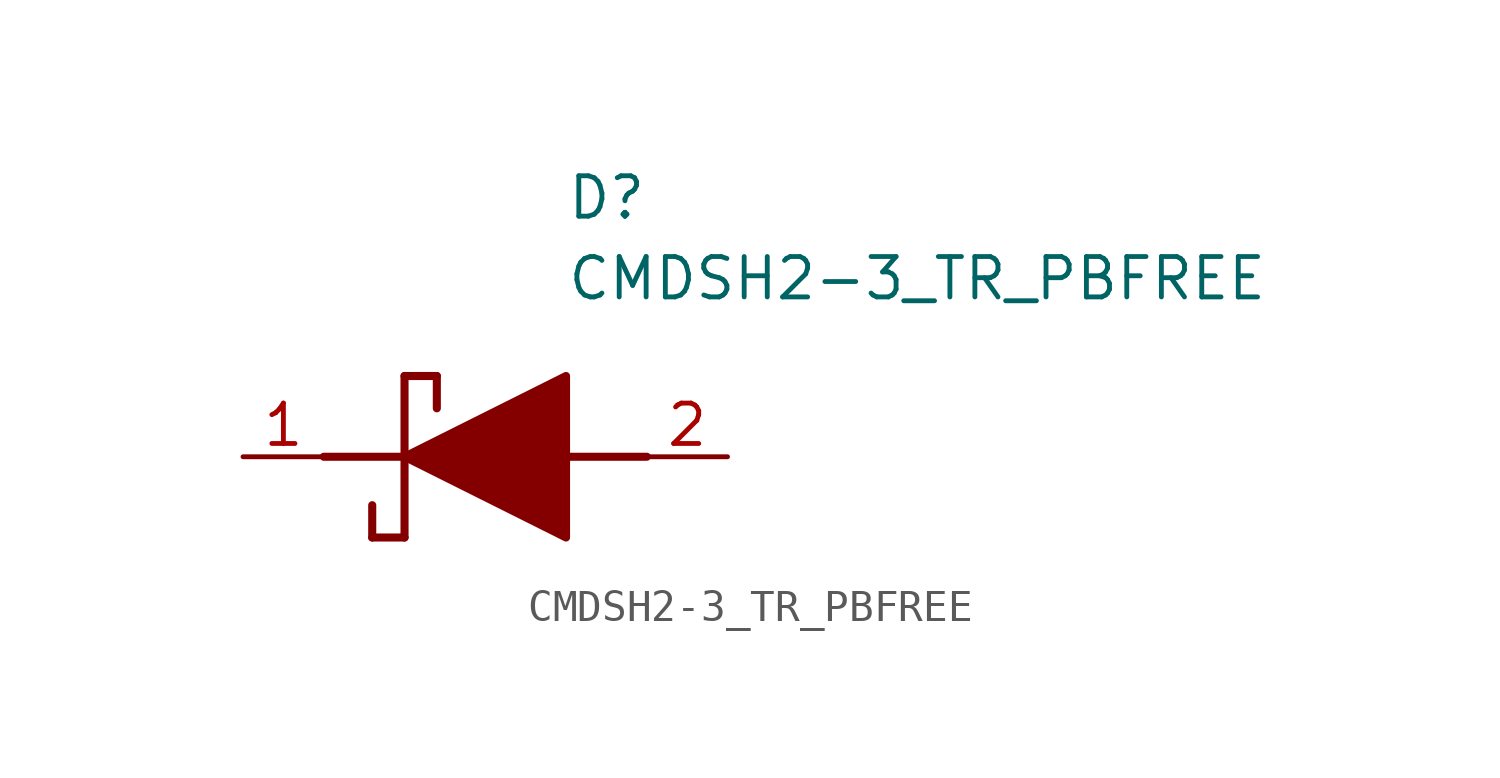
<source format=kicad_sym>
(kicad_symbol_lib
  (version 20211014)
  (generator SamacSys_ECAD_Model)
  (symbol "CMDSH2-3_TR_PBFREE"
    (pin_names hide)
    (property "Reference" "D"
      (at 12.7 8.89 0)
      (effects (font (size 1.27 1.27)) (justify left top)))
    (property "Value" "CMDSH2-3_TR_PBFREE"
      (at 12.7 6.35 0)
      (effects (font (size 1.27 1.27)) (justify left top)))
    (polyline
      (pts (xy 7.62 2.54) (xy 7.62 -2.54))
      (stroke (width 0.254) (type default))
      (fill (type none)))
    (polyline
      (pts (xy 7.62 2.54) (xy 8.636 2.54))
      (stroke (width 0.254) (type default))
      (fill (type none)))
    (polyline
      (pts (xy 8.636 1.524) (xy 8.636 2.54))
      (stroke (width 0.254) (type default))
      (fill (type none)))
    (polyline
      (pts (xy 7.62 -2.54) (xy 6.604 -2.54))
      (stroke (width 0.254) (type default))
      (fill (type none)))
    (polyline
      (pts (xy 6.604 -1.524) (xy 6.604 -2.54))
      (stroke (width 0.254) (type default))
      (fill (type none)))
    (polyline
      (pts (xy 5.08 0) (xy 7.62 0))
      (stroke (width 0.254) (type default))
      (fill (type none)))
    (polyline
      (pts (xy 12.7 0) (xy 15.24 0))
      (stroke (width 0.254) (type default))
      (fill (type none)))
    (polyline
      (pts (xy 7.62 0) (xy 12.7 2.54) (xy 12.7 -2.54) (xy 7.62 0))
      (stroke (width 0.254) (type default))
      (fill (type outline)))
    (pin passive line
      (at 2.54 0 0)
      (length 2.54)
      (name "K" (effects (font (size 1.27 1.27))))
      (number "1" (effects (font (size 1.27 1.27)))))
    (pin passive line
      (at 17.78 0 180)
      (length 2.54)
      (name "A" (effects (font (size 1.27 1.27))))
      (number "2" (effects (font (size 1.27 1.27)))))))
</source>
